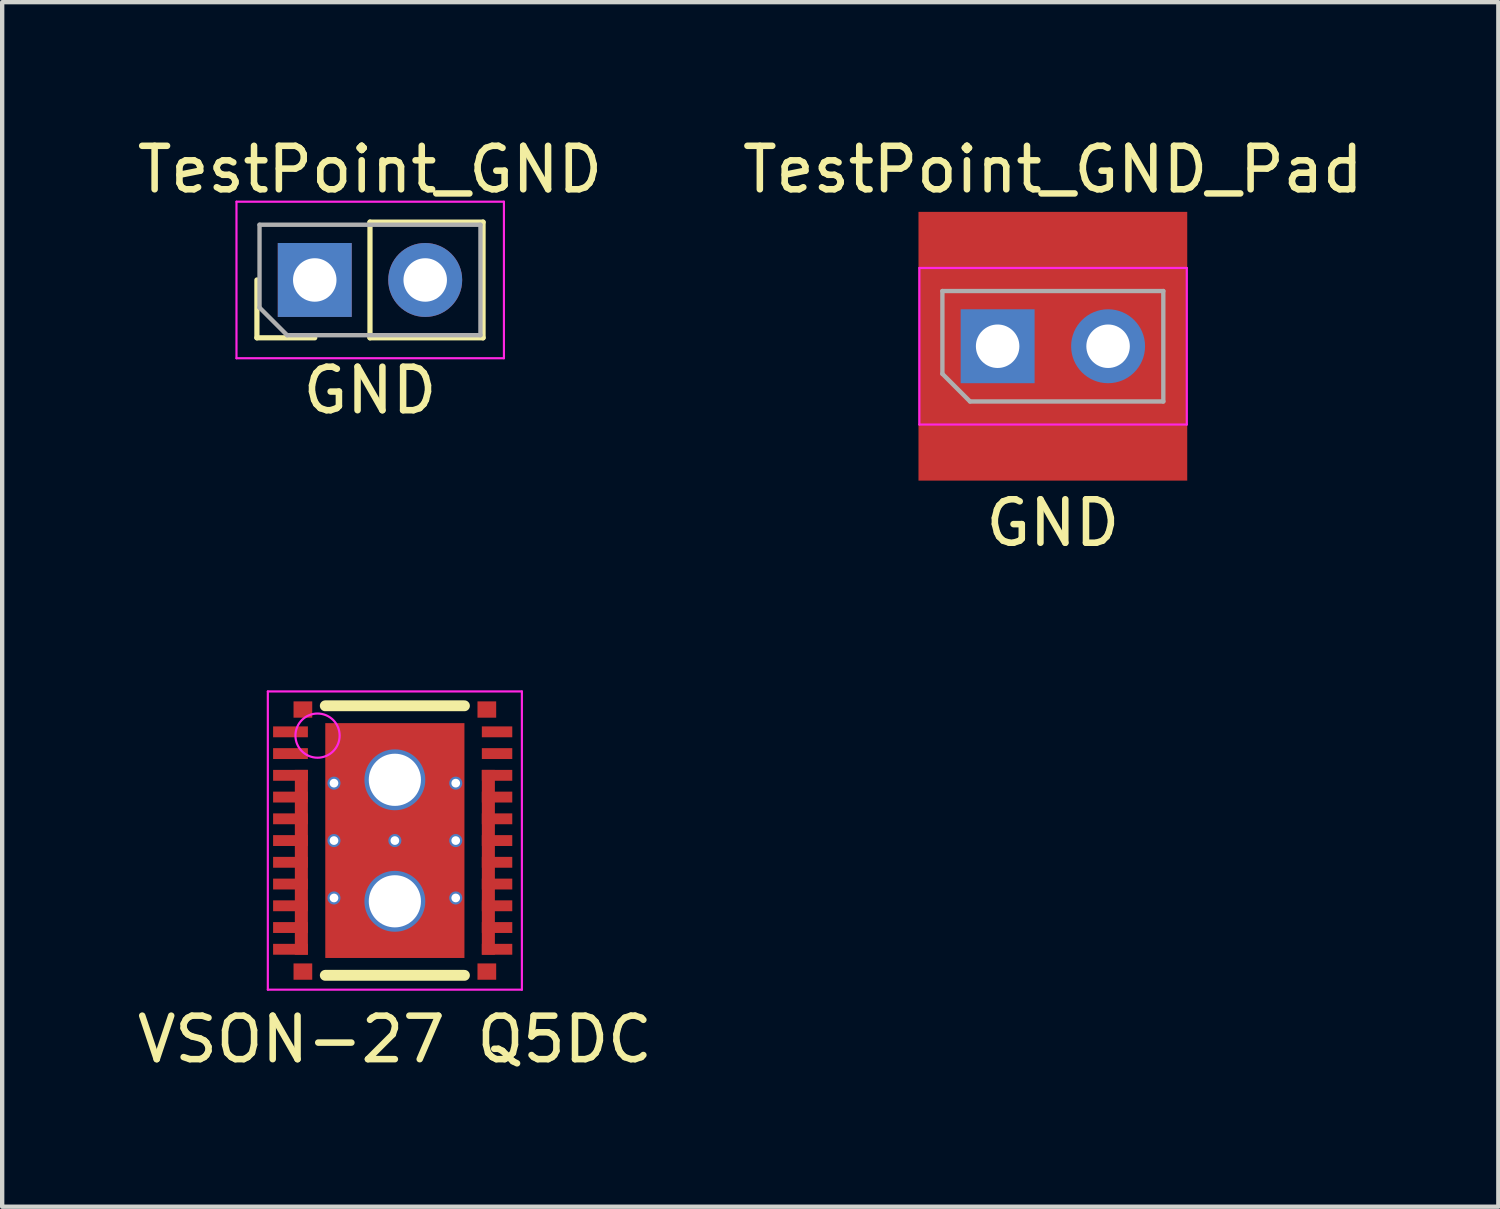
<source format=kicad_pcb>
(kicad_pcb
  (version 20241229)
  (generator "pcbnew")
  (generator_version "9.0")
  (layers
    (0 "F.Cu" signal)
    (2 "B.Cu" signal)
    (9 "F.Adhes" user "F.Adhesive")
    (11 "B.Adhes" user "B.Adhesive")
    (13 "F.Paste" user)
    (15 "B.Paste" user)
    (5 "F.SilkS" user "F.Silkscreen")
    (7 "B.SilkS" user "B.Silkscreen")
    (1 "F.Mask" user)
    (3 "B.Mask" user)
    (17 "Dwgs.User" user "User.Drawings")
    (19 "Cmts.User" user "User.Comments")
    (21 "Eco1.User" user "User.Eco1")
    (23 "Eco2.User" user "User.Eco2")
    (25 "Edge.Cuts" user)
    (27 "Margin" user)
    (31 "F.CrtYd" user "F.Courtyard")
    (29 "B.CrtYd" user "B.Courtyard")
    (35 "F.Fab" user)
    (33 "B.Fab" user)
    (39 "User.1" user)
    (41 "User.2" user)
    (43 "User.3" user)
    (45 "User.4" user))
  (footprint "VSON-27 Q5DC"
    (layer "F.Cu")
    (at 6.03 16.279)
    (property "Reference" "VSON-27 Q5DC" (at 0 4.572 0) (layer "F.SilkS") (effects (font (size 1 1) (thickness 0.15))))
    (attr through_hole)
    (fp_line (start -1.6 -3.099) (end 1.6 -3.099) (stroke (width 0.25) (type solid)) (layer "F.SilkS"))
    (fp_line (start -1.6 3.099) (end 1.6 3.099) (stroke (width 0.25) (type solid)) (layer "F.SilkS"))
    (fp_line (start -2.921 -3.429) (end 2.921 -3.429) (stroke (width 0.05) (type solid)) (layer "F.CrtYd"))
    (fp_line (start -2.921 3.429) (end -2.921 -3.429) (stroke (width 0.05) (type solid)) (layer "F.CrtYd"))
    (fp_line (start -2.921 3.429) (end 2.921 3.429) (stroke (width 0.05) (type solid)) (layer "F.CrtYd"))
    (fp_line (start 2.921 3.429) (end 2.921 -3.429) (stroke (width 0.05) (type solid)) (layer "F.CrtYd"))
    (fp_circle (center -1.778 -2.413) (end -1.27 -2.413) (stroke (width 0.05) (type solid)) (fill no) (layer "F.CrtYd"))
    (pad "1" smd rect (at -2.4 -2.5) (size 0.8 0.25) (layers "F.Cu" "F.Mask" "F.Paste"))
    (pad "2" smd rect (at -2.4 -2) (size 0.8 0.25) (layers "F.Cu" "F.Mask" "F.Paste"))
    (pad "3" smd rect (at -2.4 -1.5) (size 0.8 0.25) (layers "F.Cu" "F.Mask" "F.Paste"))
    (pad "3" smd rect (at -2.15 0.5) (size 0.3 4.25) (layers "F.Cu" "F.Mask" "F.Paste"))
    (pad "4" smd rect (at -2.4 -1) (size 0.8 0.25) (layers "F.Cu" "F.Mask" "F.Paste"))
    (pad "5" smd rect (at -2.4 -0.5) (size 0.8 0.25) (layers "F.Cu" "F.Mask" "F.Paste"))
    (pad "6" smd rect (at -2.4 0) (size 0.8 0.25) (layers "F.Cu" "F.Mask" "F.Paste"))
    (pad "7" smd rect (at -2.4 0.5) (size 0.8 0.25) (layers "F.Cu" "F.Mask" "F.Paste"))
    (pad "8" smd rect (at -2.4 1) (size 0.8 0.25) (layers "F.Cu" "F.Mask" "F.Paste"))
    (pad "9" smd rect (at -2.4 1.5) (size 0.8 0.25) (layers "F.Cu" "F.Mask" "F.Paste"))
    (pad "10" smd rect (at -2.4 2) (size 0.8 0.25) (layers "F.Cu" "F.Mask" "F.Paste"))
    (pad "11" smd rect (at -2.4 2.5) (size 0.8 0.25) (layers "F.Cu" "F.Mask" "F.Paste"))
    (pad "12" smd rect (at 2.35 2.5) (size 0.7 0.25) (layers "F.Cu" "F.Mask" "F.Paste"))
    (pad "13" smd rect (at 2.35 2) (size 0.7 0.25) (layers "F.Cu" "F.Mask" "F.Paste"))
    (pad "14" smd rect (at 2.35 1.5) (size 0.7 0.25) (layers "F.Cu" "F.Mask" "F.Paste"))
    (pad "15" smd rect (at 2.35 1) (size 0.7 0.25) (layers "F.Cu" "F.Mask" "F.Paste"))
    (pad "16" smd rect (at 2.35 0.5) (size 0.7 0.25) (layers "F.Cu" "F.Mask" "F.Paste"))
    (pad "17" smd rect (at 2.35 0) (size 0.7 0.25) (layers "F.Cu" "F.Mask" "F.Paste"))
    (pad "18" smd rect (at 2.35 -0.5) (size 0.7 0.25) (layers "F.Cu" "F.Mask" "F.Paste"))
    (pad "19" smd rect (at 2.35 -1) (size 0.7 0.25) (layers "F.Cu" "F.Mask" "F.Paste"))
    (pad "20" smd rect (at 2.15 0.5) (size 0.3 4.25) (layers "F.Cu" "F.Mask" "F.Paste"))
    (pad "20" smd rect (at 2.35 -1.5) (size 0.7 0.25) (layers "F.Cu" "F.Mask" "F.Paste"))
    (pad "21" smd rect (at 2.35 -2) (size 0.7 0.25) (layers "F.Cu" "F.Mask" "F.Paste"))
    (pad "22" smd rect (at 2.35 -2.5) (size 0.7 0.25) (layers "F.Cu" "F.Mask" "F.Paste"))
    (pad "23" smd rect (at -2.115 -3.013) (size 0.43 0.375) (layers "F.Cu" "F.Mask" "F.Paste"))
    (pad "24" smd rect (at -2.115 3.013) (size 0.43 0.375) (layers "F.Cu" "F.Mask" "F.Paste"))
    (pad "25" smd rect (at 2.115 3.013) (size 0.43 0.375) (layers "F.Cu" "F.Mask" "F.Paste"))
    (pad "26" smd rect (at 2.115 -3.013) (size 0.43 0.375) (layers "F.Cu" "F.Mask" "F.Paste"))
    (pad "27" thru_hole circle (at -1.4 -1.32) (size 0.3 0.3) (drill 0.2) (layers "*.Cu" "*.Mask"))
    (pad "27" thru_hole circle (at -1.4 0) (size 0.3 0.3) (drill 0.2) (layers "*.Cu" "*.Mask"))
    (pad "27" thru_hole circle (at -1.4 1.32) (size 0.3 0.3) (drill 0.2) (layers "*.Cu" "*.Mask"))
    (pad "27" thru_hole circle (at 0 -1.397) (size 1.4 1.4) (drill 1.2) (layers "*.Cu" "*.Mask"))
    (pad "27" thru_hole circle (at 0 0) (size 0.3 0.3) (drill 0.2) (layers "*.Cu" "*.Mask"))
    (pad "27" smd rect (at 0 0) (size 3.2 5.4) (layers "F.Cu" "F.Mask" "F.Paste"))
    (pad "27" thru_hole circle (at 0 1.397) (size 1.4 1.4) (drill 1.2) (layers "*.Cu" "*.Mask"))
    (pad "27" thru_hole circle (at 1.4 -1.32) (size 0.3 0.3) (drill 0.2) (layers "*.Cu" "*.Mask"))
    (pad "27" thru_hole circle (at 1.4 0) (size 0.3 0.3) (drill 0.2) (layers "*.Cu" "*.Mask"))
    (pad "27" thru_hole circle (at 1.4 1.32) (size 0.3 0.3) (drill 0.2) (layers "*.Cu" "*.Mask")))
  (footprint "TestPoint_GND_Pad"
    (layer "F.Cu")
    (at 21.161 4.912)
    (property "Reference" "TestPoint_GND_Pad" (at 0 -4.064 0) (layer "F.SilkS") (effects (font (size 1 1) (thickness 0.15))))
    (attr through_hole)
    (fp_line (start -3.07 -1.8) (end -3.07 1.8) (stroke (width 0.05) (type solid)) (layer "F.CrtYd"))
    (fp_line (start -3.07 1.8) (end 3.08 1.8) (stroke (width 0.05) (type solid)) (layer "F.CrtYd"))
    (fp_line (start 3.08 -1.8) (end -3.07 -1.8) (stroke (width 0.05) (type solid)) (layer "F.CrtYd"))
    (fp_line (start 3.08 1.8) (end 3.08 -1.8) (stroke (width 0.05) (type solid)) (layer "F.CrtYd"))
    (fp_line (start -2.54 -1.27) (end 2.54 -1.27) (stroke (width 0.1) (type solid)) (layer "F.Fab"))
    (fp_line (start -2.54 0.635) (end -2.54 -1.27) (stroke (width 0.1) (type solid)) (layer "F.Fab"))
    (fp_line (start -1.905 1.27) (end -2.54 0.635) (stroke (width 0.1) (type solid)) (layer "F.Fab"))
    (fp_line (start 2.54 -1.27) (end 2.54 1.27) (stroke (width 0.1) (type solid)) (layer "F.Fab"))
    (fp_line (start 2.54 1.27) (end -1.905 1.27) (stroke (width 0.1) (type solid)) (layer "F.Fab"))
    (fp_text user "GND" (at 0 4.064 0) (layer "F.SilkS") (effects (font (size 1 1) (thickness 0.15))))
    (pad "1" thru_hole rect (at -1.27 0 90) (size 1.7 1.7) (drill 1) (layers "*.Cu" "*.Mask"))
    (pad "1" smd rect (at 0 0 90) (size 6.18 6.18) (layers "F.Cu" "F.Mask"))
    (pad "1" thru_hole oval (at 1.27 0 90) (size 1.7 1.7) (drill 1) (layers "*.Cu" "*.Mask")))
  (footprint "TestPoint_GND"
    (layer "F.Cu")
    (at 5.458 3.388)
    (property "Reference" "TestPoint_GND" (at 0 -2.54 0) (layer "F.SilkS") (effects (font (size 1 1) (thickness 0.15))))
    (attr through_hole)
    (fp_line (start -2.6 1.33) (end -2.6 0) (stroke (width 0.12) (type solid)) (layer "F.SilkS"))
    (fp_line (start -1.27 1.33) (end -2.6 1.33) (stroke (width 0.12) (type solid)) (layer "F.SilkS"))
    (fp_line (start 0 -1.33) (end 2.6 -1.33) (stroke (width 0.12) (type solid)) (layer "F.SilkS"))
    (fp_line (start 0 1.33) (end 0 -1.33) (stroke (width 0.12) (type solid)) (layer "F.SilkS"))
    (fp_line (start 0 1.33) (end 2.6 1.33) (stroke (width 0.12) (type solid)) (layer "F.SilkS"))
    (fp_line (start 2.6 1.33) (end 2.6 -1.33) (stroke (width 0.12) (type solid)) (layer "F.SilkS"))
    (fp_line (start -3.07 -1.8) (end -3.07 1.8) (stroke (width 0.05) (type solid)) (layer "F.CrtYd"))
    (fp_line (start -3.07 1.8) (end 3.08 1.8) (stroke (width 0.05) (type solid)) (layer "F.CrtYd"))
    (fp_line (start 3.08 -1.8) (end -3.07 -1.8) (stroke (width 0.05) (type solid)) (layer "F.CrtYd"))
    (fp_line (start 3.08 1.8) (end 3.08 -1.8) (stroke (width 0.05) (type solid)) (layer "F.CrtYd"))
    (fp_line (start -2.54 -1.27) (end 2.54 -1.27) (stroke (width 0.1) (type solid)) (layer "F.Fab"))
    (fp_line (start -2.54 0.635) (end -2.54 -1.27) (stroke (width 0.1) (type solid)) (layer "F.Fab"))
    (fp_line (start -1.905 1.27) (end -2.54 0.635) (stroke (width 0.1) (type solid)) (layer "F.Fab"))
    (fp_line (start 2.54 -1.27) (end 2.54 1.27) (stroke (width 0.1) (type solid)) (layer "F.Fab"))
    (fp_line (start 2.54 1.27) (end -1.905 1.27) (stroke (width 0.1) (type solid)) (layer "F.Fab"))
    (fp_text user "GND" (at 0 2.54 0) (layer "F.SilkS") (effects (font (size 1 1) (thickness 0.15))))
    (pad "1" thru_hole rect (at -1.27 0 90) (size 1.7 1.7) (drill 1) (layers "*.Cu" "*.Mask"))
    (pad "1" thru_hole oval (at 1.27 0 90) (size 1.7 1.7) (drill 1) (layers "*.Cu" "*.Mask")))
  (gr_rect
    (start -3 -3)
    (end 31.405 24.699)
    (stroke (width 0.1) (type default))
    (fill no)
    (layer "Edge.Cuts")))
</source>
